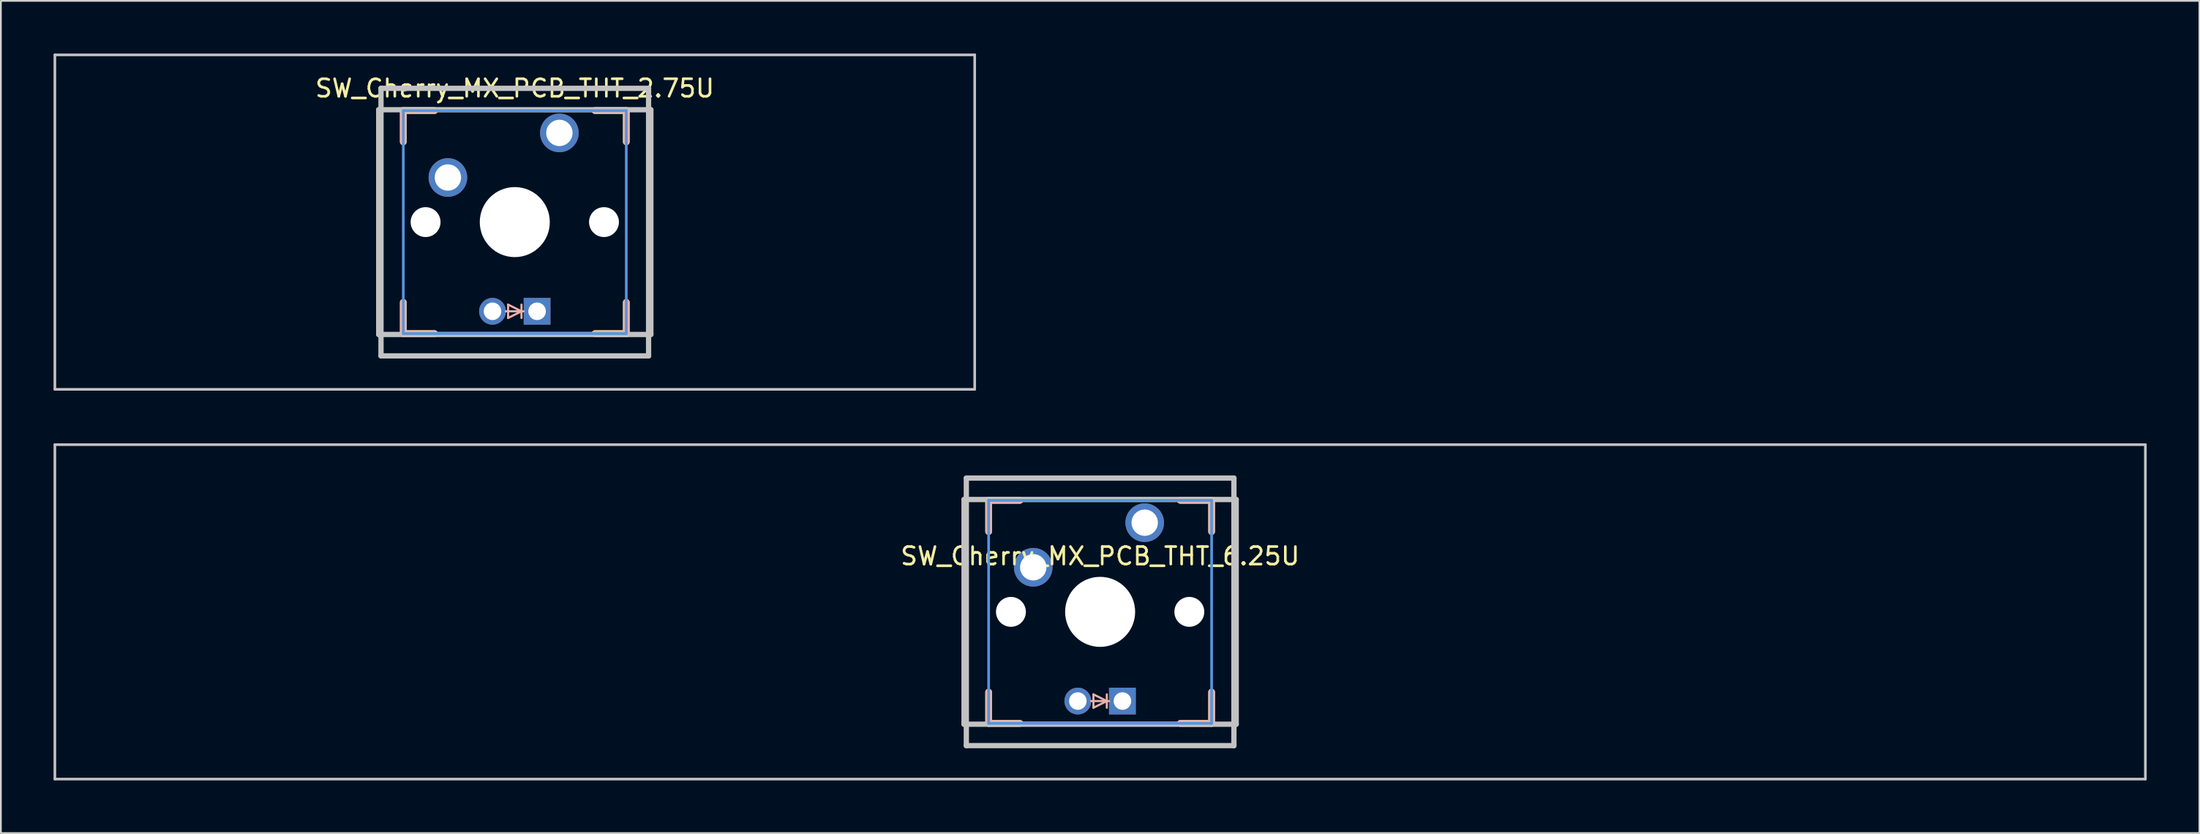
<source format=kicad_pcb>
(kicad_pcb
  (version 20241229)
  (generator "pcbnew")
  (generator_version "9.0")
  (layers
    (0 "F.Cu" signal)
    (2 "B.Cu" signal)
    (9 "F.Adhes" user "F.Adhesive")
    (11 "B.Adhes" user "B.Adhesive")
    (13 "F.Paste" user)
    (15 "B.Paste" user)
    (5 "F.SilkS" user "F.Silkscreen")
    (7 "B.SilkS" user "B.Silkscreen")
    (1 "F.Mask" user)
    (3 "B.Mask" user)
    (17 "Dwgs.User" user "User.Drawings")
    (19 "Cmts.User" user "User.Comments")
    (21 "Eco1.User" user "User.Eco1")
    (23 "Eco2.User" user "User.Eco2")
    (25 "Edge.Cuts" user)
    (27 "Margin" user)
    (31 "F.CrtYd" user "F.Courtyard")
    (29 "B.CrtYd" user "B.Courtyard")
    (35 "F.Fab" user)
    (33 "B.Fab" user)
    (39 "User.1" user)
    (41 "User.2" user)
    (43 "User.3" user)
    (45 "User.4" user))
  (footprint "SW_Cherry_MX_PCB_THT_2.75U"
    (layer "F.Cu")
    (at 26.269 9.6)
    (property "Reference" "SW_Cherry_MX_PCB_THT_2.75U" (at 0 -7.62 0) (layer "F.SilkS") (effects (font (size 1 1) (thickness 0.15))))
    (attr through_hole)
    (fp_line (start -6.35 -6.35) (end -4.572 -6.35) (stroke (width 0.381) (type solid)) (layer "F.SilkS"))
    (fp_line (start -6.35 -4.572) (end -6.35 -6.35) (stroke (width 0.381) (type solid)) (layer "F.SilkS"))
    (fp_line (start -6.35 6.35) (end -6.35 4.572) (stroke (width 0.381) (type solid)) (layer "F.SilkS"))
    (fp_line (start -4.572 6.35) (end -6.35 6.35) (stroke (width 0.381) (type solid)) (layer "F.SilkS"))
    (fp_line (start 4.572 -6.35) (end 6.35 -6.35) (stroke (width 0.381) (type solid)) (layer "F.SilkS"))
    (fp_line (start 6.35 -6.35) (end 6.35 -4.572) (stroke (width 0.381) (type solid)) (layer "F.SilkS"))
    (fp_line (start 6.35 4.572) (end 6.35 6.35) (stroke (width 0.381) (type solid)) (layer "F.SilkS"))
    (fp_line (start 6.35 6.35) (end 4.572 6.35) (stroke (width 0.381) (type solid)) (layer "F.SilkS"))
    (fp_line (start -6.35 -6.35) (end -6.35 -4.572) (stroke (width 0.381) (type solid)) (layer "B.SilkS"))
    (fp_line (start -6.35 4.572) (end -6.35 6.35) (stroke (width 0.381) (type solid)) (layer "B.SilkS"))
    (fp_line (start -6.35 6.35) (end -4.572 6.35) (stroke (width 0.381) (type solid)) (layer "B.SilkS"))
    (fp_line (start -4.572 -6.35) (end -6.35 -6.35) (stroke (width 0.381) (type solid)) (layer "B.SilkS"))
    (fp_line (start -0.381 4.699) (end 0.381 5.08) (stroke (width 0.12) (type solid)) (layer "B.SilkS"))
    (fp_line (start -0.381 5.461) (end -0.381 4.699) (stroke (width 0.12) (type solid)) (layer "B.SilkS"))
    (fp_line (start -0.381 5.461) (end 0.381 5.08) (stroke (width 0.12) (type solid)) (layer "B.SilkS"))
    (fp_line (start 0.381 5.461) (end 0.381 4.699) (stroke (width 0.12) (type solid)) (layer "B.SilkS"))
    (fp_line (start 0.508 5.08) (end -0.508 5.08) (stroke (width 0.12) (type solid)) (layer "B.SilkS"))
    (fp_line (start 4.572 6.35) (end 6.35 6.35) (stroke (width 0.381) (type solid)) (layer "B.SilkS"))
    (fp_line (start 6.35 -6.35) (end 4.572 -6.35) (stroke (width 0.381) (type solid)) (layer "B.SilkS"))
    (fp_line (start 6.35 -4.572) (end 6.35 -6.35) (stroke (width 0.381) (type solid)) (layer "B.SilkS"))
    (fp_line (start 6.35 6.35) (end 6.35 4.572) (stroke (width 0.381) (type solid)) (layer "B.SilkS"))
    (fp_line (start -26.194 -9.525) (end 26.194 -9.525) (stroke (width 0.15) (type solid)) (layer "Dwgs.User"))
    (fp_line (start -26.194 9.525) (end -26.194 -9.525) (stroke (width 0.15) (type solid)) (layer "Dwgs.User"))
    (fp_line (start -7.75 6.4) (end -7.75 -6.4) (stroke (width 0.3) (type solid)) (layer "Dwgs.User"))
    (fp_line (start -7.75 6.4) (end 7.75 6.4) (stroke (width 0.3) (type solid)) (layer "Dwgs.User"))
    (fp_line (start -7.62 -7.62) (end 7.62 -7.62) (stroke (width 0.3) (type solid)) (layer "Dwgs.User"))
    (fp_line (start -7.62 7.62) (end -7.62 -7.62) (stroke (width 0.3) (type solid)) (layer "Dwgs.User"))
    (fp_line (start 7.62 -7.62) (end 7.62 7.62) (stroke (width 0.3) (type solid)) (layer "Dwgs.User"))
    (fp_line (start 7.62 7.62) (end -7.62 7.62) (stroke (width 0.3) (type solid)) (layer "Dwgs.User"))
    (fp_line (start 7.75 -6.4) (end -7.75 -6.4) (stroke (width 0.3) (type solid)) (layer "Dwgs.User"))
    (fp_line (start 7.75 6.4) (end 7.75 -6.4) (stroke (width 0.3) (type solid)) (layer "Dwgs.User"))
    (fp_line (start 26.194 -9.525) (end 26.194 9.525) (stroke (width 0.15) (type solid)) (layer "Dwgs.User"))
    (fp_line (start 26.194 9.525) (end -26.194 9.525) (stroke (width 0.15) (type solid)) (layer "Dwgs.User"))
    (fp_line (start -6.35 -6.35) (end 6.35 -6.35) (stroke (width 0.152) (type solid)) (layer "Cmts.User"))
    (fp_line (start -6.35 6.35) (end -6.35 -6.35) (stroke (width 0.152) (type solid)) (layer "Cmts.User"))
    (fp_line (start 6.35 -6.35) (end 6.35 6.35) (stroke (width 0.152) (type solid)) (layer "Cmts.User"))
    (fp_line (start 6.35 6.35) (end -6.35 6.35) (stroke (width 0.152) (type solid)) (layer "Cmts.User"))
    (fp_line (start -6.985 -6.985) (end 6.985 -6.985) (stroke (width 0.152) (type solid)) (layer "Eco2.User"))
    (fp_line (start -6.985 6.985) (end -6.985 -6.985) (stroke (width 0.152) (type solid)) (layer "Eco2.User"))
    (fp_line (start 6.985 -6.985) (end 6.985 6.985) (stroke (width 0.152) (type solid)) (layer "Eco2.User"))
    (fp_line (start 6.985 6.985) (end -6.985 6.985) (stroke (width 0.152) (type solid)) (layer "Eco2.User"))
    (pad "" np_thru_hole circle (at -5.08 0) (size 1.702 1.702) (drill 1.702) (layers "*.Cu" "*.Mask"))
    (pad "" np_thru_hole circle (at 0 0) (size 3.988 3.988) (drill 3.988) (layers "*.Cu" "*.Mask"))
    (pad "" np_thru_hole circle (at 5.08 0) (size 1.702 1.702) (drill 1.702) (layers "*.Cu" "*.Mask"))
    (pad "1" thru_hole circle (at 2.54 -5.08) (size 2.2 2.2) (drill 1.5) (layers "*.Cu" "*.Mask"))
    (pad "2" thru_hole circle (at -3.81 -2.54) (size 2.2 2.2) (drill 1.5) (layers "*.Cu" "*.Mask"))
    (pad "3" thru_hole rect (at 1.27 5.08 180) (size 1.524 1.524) (drill 1) (layers "*.Cu" "*.Mask"))
    (pad "4" thru_hole circle (at -1.27 5.08 180) (size 1.524 1.524) (drill 1) (layers "*.Cu" "*.Mask")))
  (footprint "SW_Cherry_MX_PCB_THT_6.25U"
    (layer "F.Cu")
    (at 59.606 31.8)
    (property "Reference" "SW_Cherry_MX_PCB_THT_6.25U" (at 0 -3.175 0) (layer "F.SilkS") (effects (font (size 1 1) (thickness 0.15))))
    (attr exclude_from_pos_files exclude_from_bom)
    (fp_line (start -6.35 -6.35) (end -4.572 -6.35) (stroke (width 0.381) (type solid)) (layer "F.SilkS"))
    (fp_line (start -6.35 -4.572) (end -6.35 -6.35) (stroke (width 0.381) (type solid)) (layer "F.SilkS"))
    (fp_line (start -6.35 6.35) (end -6.35 4.572) (stroke (width 0.381) (type solid)) (layer "F.SilkS"))
    (fp_line (start -4.572 6.35) (end -6.35 6.35) (stroke (width 0.381) (type solid)) (layer "F.SilkS"))
    (fp_line (start 4.572 -6.35) (end 6.35 -6.35) (stroke (width 0.381) (type solid)) (layer "F.SilkS"))
    (fp_line (start 6.35 -6.35) (end 6.35 -4.572) (stroke (width 0.381) (type solid)) (layer "F.SilkS"))
    (fp_line (start 6.35 4.572) (end 6.35 6.35) (stroke (width 0.381) (type solid)) (layer "F.SilkS"))
    (fp_line (start 6.35 6.35) (end 4.572 6.35) (stroke (width 0.381) (type solid)) (layer "F.SilkS"))
    (fp_line (start -6.35 -6.35) (end -6.35 -4.572) (stroke (width 0.381) (type solid)) (layer "B.SilkS"))
    (fp_line (start -6.35 4.572) (end -6.35 6.35) (stroke (width 0.381) (type solid)) (layer "B.SilkS"))
    (fp_line (start -6.35 6.35) (end -4.572 6.35) (stroke (width 0.381) (type solid)) (layer "B.SilkS"))
    (fp_line (start -4.572 -6.35) (end -6.35 -6.35) (stroke (width 0.381) (type solid)) (layer "B.SilkS"))
    (fp_line (start -0.381 4.699) (end 0.381 5.08) (stroke (width 0.12) (type solid)) (layer "B.SilkS"))
    (fp_line (start -0.381 5.461) (end -0.381 4.699) (stroke (width 0.12) (type solid)) (layer "B.SilkS"))
    (fp_line (start -0.381 5.461) (end 0.381 5.08) (stroke (width 0.12) (type solid)) (layer "B.SilkS"))
    (fp_line (start 0.381 5.461) (end 0.381 4.699) (stroke (width 0.12) (type solid)) (layer "B.SilkS"))
    (fp_line (start 0.508 5.08) (end -0.508 5.08) (stroke (width 0.12) (type solid)) (layer "B.SilkS"))
    (fp_line (start 4.572 6.35) (end 6.35 6.35) (stroke (width 0.381) (type solid)) (layer "B.SilkS"))
    (fp_line (start 6.35 -6.35) (end 4.572 -6.35) (stroke (width 0.381) (type solid)) (layer "B.SilkS"))
    (fp_line (start 6.35 -4.572) (end 6.35 -6.35) (stroke (width 0.381) (type solid)) (layer "B.SilkS"))
    (fp_line (start 6.35 6.35) (end 6.35 4.572) (stroke (width 0.381) (type solid)) (layer "B.SilkS"))
    (fp_line (start -59.531 -9.525) (end 59.531 -9.525) (stroke (width 0.15) (type solid)) (layer "Dwgs.User"))
    (fp_line (start -59.531 9.525) (end -59.531 -9.525) (stroke (width 0.15) (type solid)) (layer "Dwgs.User"))
    (fp_line (start -7.75 6.4) (end -7.75 -6.4) (stroke (width 0.3) (type solid)) (layer "Dwgs.User"))
    (fp_line (start -7.75 6.4) (end 7.75 6.4) (stroke (width 0.3) (type solid)) (layer "Dwgs.User"))
    (fp_line (start -7.62 -7.62) (end 7.62 -7.62) (stroke (width 0.3) (type solid)) (layer "Dwgs.User"))
    (fp_line (start -7.62 7.62) (end -7.62 -7.62) (stroke (width 0.3) (type solid)) (layer "Dwgs.User"))
    (fp_line (start 7.62 -7.62) (end 7.62 7.62) (stroke (width 0.3) (type solid)) (layer "Dwgs.User"))
    (fp_line (start 7.62 7.62) (end -7.62 7.62) (stroke (width 0.3) (type solid)) (layer "Dwgs.User"))
    (fp_line (start 7.75 -6.4) (end -7.75 -6.4) (stroke (width 0.3) (type solid)) (layer "Dwgs.User"))
    (fp_line (start 7.75 6.4) (end 7.75 -6.4) (stroke (width 0.3) (type solid)) (layer "Dwgs.User"))
    (fp_line (start 59.531 -9.525) (end 59.531 9.525) (stroke (width 0.15) (type solid)) (layer "Dwgs.User"))
    (fp_line (start 59.531 9.525) (end -59.531 9.525) (stroke (width 0.15) (type solid)) (layer "Dwgs.User"))
    (fp_line (start -6.35 -6.35) (end 6.35 -6.35) (stroke (width 0.152) (type solid)) (layer "Cmts.User"))
    (fp_line (start -6.35 6.35) (end -6.35 -6.35) (stroke (width 0.152) (type solid)) (layer "Cmts.User"))
    (fp_line (start 6.35 -6.35) (end 6.35 6.35) (stroke (width 0.152) (type solid)) (layer "Cmts.User"))
    (fp_line (start 6.35 6.35) (end -6.35 6.35) (stroke (width 0.152) (type solid)) (layer "Cmts.User"))
    (fp_line (start -6.985 -6.985) (end 6.985 -6.985) (stroke (width 0.152) (type solid)) (layer "Eco2.User"))
    (fp_line (start -6.985 6.985) (end -6.985 -6.985) (stroke (width 0.152) (type solid)) (layer "Eco2.User"))
    (fp_line (start 6.985 -6.985) (end 6.985 6.985) (stroke (width 0.152) (type solid)) (layer "Eco2.User"))
    (fp_line (start 6.985 6.985) (end -6.985 6.985) (stroke (width 0.152) (type solid)) (layer "Eco2.User"))
    (pad "" np_thru_hole circle (at -5.08 0) (size 1.702 1.702) (drill 1.702) (layers "*.Cu" "*.Mask"))
    (pad "" np_thru_hole circle (at 0 0) (size 3.988 3.988) (drill 3.988) (layers "*.Cu" "*.Mask"))
    (pad "" np_thru_hole circle (at 5.08 0) (size 1.702 1.702) (drill 1.702) (layers "*.Cu" "*.Mask"))
    (pad "1" thru_hole circle (at -3.81 -2.54) (size 2.2 2.2) (drill 1.5) (layers "*.Cu" "*.Mask"))
    (pad "2" thru_hole circle (at 2.54 -5.08) (size 2.2 2.2) (drill 1.5) (layers "*.Cu" "*.Mask"))
    (pad "3" thru_hole rect (at 1.27 5.08 180) (size 1.524 1.524) (drill 1) (layers "*.Cu" "*.Mask"))
    (pad "4" thru_hole circle (at -1.27 5.08 180) (size 1.524 1.524) (drill 1) (layers "*.Cu" "*.Mask")))
  (gr_rect
    (start -3 -3)
    (end 122.213 44.4)
    (stroke (width 0.1) (type default))
    (fill no)
    (layer "Edge.Cuts")))
</source>
